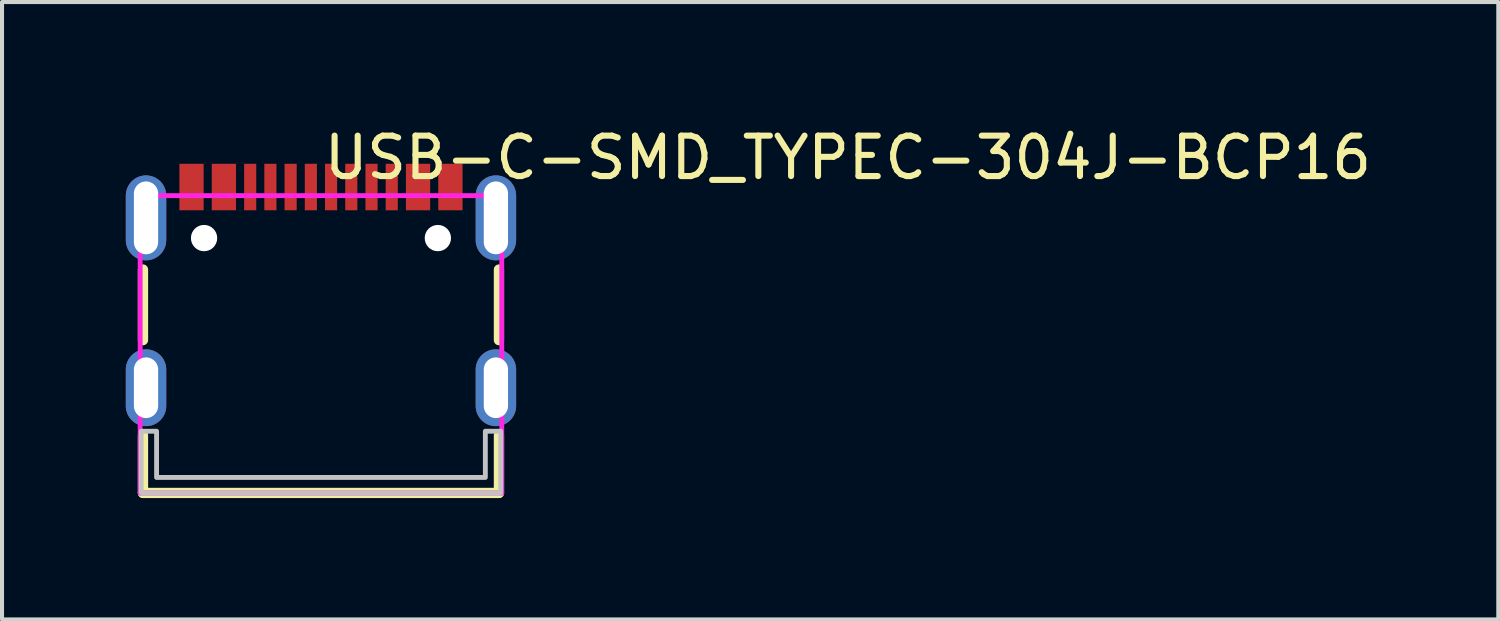
<source format=kicad_pcb>
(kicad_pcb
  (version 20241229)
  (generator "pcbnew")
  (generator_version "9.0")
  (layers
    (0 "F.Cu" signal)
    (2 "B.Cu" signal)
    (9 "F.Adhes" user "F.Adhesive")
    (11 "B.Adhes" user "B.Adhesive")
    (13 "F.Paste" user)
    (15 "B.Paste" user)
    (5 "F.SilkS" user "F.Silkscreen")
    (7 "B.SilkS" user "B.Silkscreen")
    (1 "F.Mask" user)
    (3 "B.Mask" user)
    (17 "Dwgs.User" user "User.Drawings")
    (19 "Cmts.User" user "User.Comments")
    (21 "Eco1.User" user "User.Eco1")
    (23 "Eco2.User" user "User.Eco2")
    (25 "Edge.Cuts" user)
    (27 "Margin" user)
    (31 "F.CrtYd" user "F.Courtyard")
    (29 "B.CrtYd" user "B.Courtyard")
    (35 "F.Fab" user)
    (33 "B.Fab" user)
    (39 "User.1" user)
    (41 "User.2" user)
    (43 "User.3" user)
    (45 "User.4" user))
  (footprint "USB-C-SMD_TYPEC-304J-BCP16"
    (layer "F.Cu")
    (at 4.885 4.055)
    (property "Reference" "USB-C-SMD_TYPEC-304J-BCP16" (at 0 -3.207 0) (layer "F.SilkS") (effects (font (size 1 1) (thickness 0.15)) (justify left)))
    (attr through_hole)
    (fp_line (start -4.4 1.304) (end -4.4 -0.441) (stroke (width 0.254) (type solid)) (layer "F.SilkS"))
    (fp_line (start -4.4 5.081) (end -4.4 3.659) (stroke (width 0.254) (type solid)) (layer "F.SilkS"))
    (fp_line (start -4.4 5.081) (end 4.4 5.081) (stroke (width 0.254) (type solid)) (layer "F.SilkS"))
    (fp_line (start 4.4 1.304) (end 4.4 -0.441) (stroke (width 0.254) (type solid)) (layer "F.SilkS"))
    (fp_line (start 4.4 5.081) (end 4.4 3.659) (stroke (width 0.254) (type solid)) (layer "F.SilkS"))
    (fp_poly (pts (xy -3.5 -3.056) (xy -2.9 -3.056) (xy -2.9 -1.906) (xy -3.5 -1.906)) (stroke (width 0.12) (type solid)) (fill yes) (layer "F.Paste"))
    (fp_poly (pts (xy -2.7 -3.056) (xy -2.1 -3.056) (xy -2.1 -1.906) (xy -2.7 -1.906)) (stroke (width 0.12) (type solid)) (fill yes) (layer "F.Paste"))
    (fp_poly (pts (xy -1.9 -3.056) (xy -1.6 -3.056) (xy -1.6 -1.906) (xy -1.9 -1.906)) (stroke (width 0.12) (type solid)) (fill yes) (layer "F.Paste"))
    (fp_poly (pts (xy -1.4 -3.056) (xy -1.1 -3.056) (xy -1.1 -1.906) (xy -1.4 -1.906)) (stroke (width 0.12) (type solid)) (fill yes) (layer "F.Paste"))
    (fp_poly (pts (xy -0.9 -3.056) (xy -0.6 -3.056) (xy -0.6 -1.906) (xy -0.9 -1.906)) (stroke (width 0.12) (type solid)) (fill yes) (layer "F.Paste"))
    (fp_poly (pts (xy -0.4 -3.056) (xy -0.1 -3.056) (xy -0.1 -1.906) (xy -0.4 -1.906)) (stroke (width 0.12) (type solid)) (fill yes) (layer "F.Paste"))
    (fp_poly (pts (xy 0.1 -3.056) (xy 0.4 -3.056) (xy 0.4 -1.906) (xy 0.1 -1.906)) (stroke (width 0.12) (type solid)) (fill yes) (layer "F.Paste"))
    (fp_poly (pts (xy 0.6 -3.056) (xy 0.9 -3.056) (xy 0.9 -1.906) (xy 0.6 -1.906)) (stroke (width 0.12) (type solid)) (fill yes) (layer "F.Paste"))
    (fp_poly (pts (xy 1.1 -3.056) (xy 1.4 -3.056) (xy 1.4 -1.906) (xy 1.1 -1.906)) (stroke (width 0.12) (type solid)) (fill yes) (layer "F.Paste"))
    (fp_poly (pts (xy 1.6 -3.056) (xy 1.9 -3.056) (xy 1.9 -1.906) (xy 1.6 -1.906)) (stroke (width 0.12) (type solid)) (fill yes) (layer "F.Paste"))
    (fp_poly (pts (xy 2.1 -3.056) (xy 2.7 -3.056) (xy 2.7 -1.906) (xy 2.1 -1.906)) (stroke (width 0.12) (type solid)) (fill yes) (layer "F.Paste"))
    (fp_poly (pts (xy 2.9 -3.056) (xy 3.5 -3.056) (xy 3.5 -1.906) (xy 2.9 -1.906)) (stroke (width 0.12) (type solid)) (fill yes) (layer "F.Paste"))
    (fp_poly (pts (xy -4.825 -2.269) (xy -4.815 -2.366) (xy -4.787 -2.46) (xy -4.741 -2.546) (xy -4.679 -2.622) (xy -4.603 -2.684) (xy -4.516 -2.731) (xy -4.423 -2.759) (xy -4.325 -2.769) (xy -4.227 -2.759) (xy -4.134 -2.731) (xy -4.047 -2.684) (xy -3.971 -2.622) (xy -3.909 -2.546) (xy -3.863 -2.46) (xy -3.835 -2.366) (xy -3.825 -2.269) (xy -3.825 -1.169) (xy -3.835 -1.071) (xy -3.863 -0.977) (xy -3.909 -0.891) (xy -3.971 -0.815) (xy -4.047 -0.753) (xy -4.134 -0.707) (xy -4.227 -0.678) (xy -4.325 -0.669) (xy -4.423 -0.678) (xy -4.516 -0.707) (xy -4.603 -0.753) (xy -4.679 -0.815) (xy -4.741 -0.891) (xy -4.787 -0.977) (xy -4.815 -1.071) (xy -4.825 -1.169)) (stroke (width 0.12) (type solid)) (fill yes) (layer "F.Paste"))
    (fp_poly (pts (xy -4.825 2.031) (xy -4.815 1.934) (xy -4.787 1.84) (xy -4.741 1.754) (xy -4.679 1.678) (xy -4.603 1.616) (xy -4.516 1.569) (xy -4.423 1.541) (xy -4.325 1.531) (xy -4.227 1.541) (xy -4.134 1.569) (xy -4.047 1.616) (xy -3.971 1.678) (xy -3.909 1.754) (xy -3.863 1.84) (xy -3.835 1.934) (xy -3.825 2.031) (xy -3.825 2.931) (xy -3.835 3.029) (xy -3.863 3.123) (xy -3.909 3.209) (xy -3.971 3.285) (xy -4.047 3.347) (xy -4.134 3.393) (xy -4.227 3.422) (xy -4.325 3.431) (xy -4.423 3.422) (xy -4.516 3.393) (xy -4.603 3.347) (xy -4.679 3.285) (xy -4.741 3.209) (xy -4.787 3.123) (xy -4.815 3.029) (xy -4.825 2.931)) (stroke (width 0.12) (type solid)) (fill yes) (layer "F.Paste"))
    (fp_poly (pts (xy 3.825 -2.269) (xy 3.835 -2.366) (xy 3.863 -2.46) (xy 3.909 -2.546) (xy 3.971 -2.622) (xy 4.047 -2.684) (xy 4.134 -2.731) (xy 4.227 -2.759) (xy 4.325 -2.769) (xy 4.423 -2.759) (xy 4.516 -2.731) (xy 4.603 -2.684) (xy 4.679 -2.622) (xy 4.741 -2.546) (xy 4.787 -2.46) (xy 4.815 -2.366) (xy 4.825 -2.269) (xy 4.825 -1.169) (xy 4.815 -1.071) (xy 4.787 -0.977) (xy 4.741 -0.891) (xy 4.679 -0.815) (xy 4.603 -0.753) (xy 4.516 -0.707) (xy 4.423 -0.678) (xy 4.325 -0.669) (xy 4.227 -0.678) (xy 4.134 -0.707) (xy 4.047 -0.753) (xy 3.971 -0.815) (xy 3.909 -0.891) (xy 3.863 -0.977) (xy 3.835 -1.071) (xy 3.825 -1.169)) (stroke (width 0.12) (type solid)) (fill yes) (layer "F.Paste"))
    (fp_poly (pts (xy 3.825 2.031) (xy 3.835 1.934) (xy 3.863 1.84) (xy 3.909 1.754) (xy 3.971 1.678) (xy 4.047 1.616) (xy 4.134 1.569) (xy 4.227 1.541) (xy 4.325 1.531) (xy 4.423 1.541) (xy 4.516 1.569) (xy 4.603 1.616) (xy 4.679 1.678) (xy 4.741 1.754) (xy 4.787 1.84) (xy 4.815 1.934) (xy 4.825 2.031) (xy 4.825 2.931) (xy 4.815 3.029) (xy 4.787 3.123) (xy 4.741 3.209) (xy 4.679 3.285) (xy 4.603 3.347) (xy 4.516 3.393) (xy 4.423 3.422) (xy 4.325 3.431) (xy 4.227 3.422) (xy 4.134 3.393) (xy 4.047 3.347) (xy 3.971 3.285) (xy 3.909 3.209) (xy 3.863 3.123) (xy 3.835 3.029) (xy 3.825 2.931)) (stroke (width 0.12) (type solid)) (fill yes) (layer "F.Paste"))
    (fp_circle (center -2.89 -1.219) (end -2.74 -1.219) (stroke (width 0.3) (type solid)) (fill no) (layer "Dwgs.User"))
    (fp_circle (center 2.89 -1.219) (end 3.04 -1.219) (stroke (width 0.3) (type solid)) (fill no) (layer "Dwgs.User"))
    (fp_poly (pts (xy -4.445 3.556) (xy -4.445 5.08) (xy 4.445 5.08) (xy 4.445 3.556) (xy 4.064 3.556) (xy 4.064 4.699) (xy -4.064 4.699) (xy -4.064 3.556)) (stroke (width 0.12) (type solid)) (fill no) (layer "Dwgs.User"))
    (fp_circle (center -4.475 -2.769) (end -4.445 -2.769) (stroke (width 0.06) (type solid)) (fill no) (layer "Eco2.User"))
    (fp_poly (pts (xy -4.475 -2.269) (xy -4.175 -2.269) (xy -4.175 -1.169) (xy -4.475 -1.169)) (stroke (width 0.12) (type solid)) (fill no) (layer "Eco2.User"))
    (fp_poly (pts (xy -4.475 2.081) (xy -4.175 2.081) (xy -4.175 2.881) (xy -4.475 2.881)) (stroke (width 0.12) (type solid)) (fill no) (layer "Eco2.User"))
    (fp_poly (pts (xy -3.4 -2.769) (xy -3 -2.769) (xy -3 -2.169) (xy -3.4 -2.169)) (stroke (width 0.12) (type solid)) (fill no) (layer "Eco2.User"))
    (fp_poly (pts (xy -2.6 -2.769) (xy -2.2 -2.769) (xy -2.2 -2.169) (xy -2.6 -2.169)) (stroke (width 0.12) (type solid)) (fill no) (layer "Eco2.User"))
    (fp_poly (pts (xy -1.85 -2.769) (xy -1.65 -2.769) (xy -1.65 -2.169) (xy -1.85 -2.169)) (stroke (width 0.12) (type solid)) (fill no) (layer "Eco2.User"))
    (fp_poly (pts (xy -1.35 -2.769) (xy -1.15 -2.769) (xy -1.15 -2.169) (xy -1.35 -2.169)) (stroke (width 0.12) (type solid)) (fill no) (layer "Eco2.User"))
    (fp_poly (pts (xy -0.85 -2.769) (xy -0.65 -2.769) (xy -0.65 -2.169) (xy -0.85 -2.169)) (stroke (width 0.12) (type solid)) (fill no) (layer "Eco2.User"))
    (fp_poly (pts (xy -0.35 -2.769) (xy -0.15 -2.769) (xy -0.15 -2.169) (xy -0.35 -2.169)) (stroke (width 0.12) (type solid)) (fill no) (layer "Eco2.User"))
    (fp_poly (pts (xy 0.15 -2.769) (xy 0.35 -2.769) (xy 0.35 -2.169) (xy 0.15 -2.169)) (stroke (width 0.12) (type solid)) (fill no) (layer "Eco2.User"))
    (fp_poly (pts (xy 0.65 -2.769) (xy 0.85 -2.769) (xy 0.85 -2.169) (xy 0.65 -2.169)) (stroke (width 0.12) (type solid)) (fill no) (layer "Eco2.User"))
    (fp_poly (pts (xy 1.15 -2.769) (xy 1.35 -2.769) (xy 1.35 -2.169) (xy 1.15 -2.169)) (stroke (width 0.12) (type solid)) (fill no) (layer "Eco2.User"))
    (fp_poly (pts (xy 1.65 -2.769) (xy 1.85 -2.769) (xy 1.85 -2.169) (xy 1.65 -2.169)) (stroke (width 0.12) (type solid)) (fill no) (layer "Eco2.User"))
    (fp_poly (pts (xy 2.2 -2.769) (xy 2.6 -2.769) (xy 2.6 -2.169) (xy 2.2 -2.169)) (stroke (width 0.12) (type solid)) (fill no) (layer "Eco2.User"))
    (fp_poly (pts (xy 3 -2.769) (xy 3.4 -2.769) (xy 3.4 -2.169) (xy 3 -2.169)) (stroke (width 0.12) (type solid)) (fill no) (layer "Eco2.User"))
    (fp_poly (pts (xy 4.175 -2.269) (xy 4.475 -2.269) (xy 4.475 -1.169) (xy 4.175 -1.169)) (stroke (width 0.12) (type solid)) (fill no) (layer "Eco2.User"))
    (fp_poly (pts (xy 4.175 2.081) (xy 4.475 2.081) (xy 4.475 2.881) (xy 4.175 2.881)) (stroke (width 0.12) (type solid)) (fill no) (layer "Eco2.User"))
    (fp_line (start -4.47 -2.269) (end 4.47 -2.269) (stroke (width 0.12) (type solid)) (layer "F.CrtYd"))
    (fp_line (start -4.47 5.082) (end -4.47 -2.269) (stroke (width 0.12) (type solid)) (layer "F.CrtYd"))
    (fp_line (start 4.47 -2.269) (end 4.47 5.082) (stroke (width 0.12) (type solid)) (layer "F.CrtYd"))
    (fp_line (start 4.47 5.082) (end -4.47 5.082) (stroke (width 0.12) (type solid)) (layer "F.CrtYd"))
    (pad "" np_thru_hole circle (at -2.89 -1.219) (size 0.65 0.65) (drill 0.65) (layers "*.Cu" "*.Mask"))
    (pad "" np_thru_hole circle (at 2.89 -1.219) (size 0.65 0.65) (drill 0.65) (layers "*.Cu" "*.Mask"))
    (pad "13" thru_hole oval (at -4.325 -1.719) (size 1 2.1) (drill oval 0.6 1.8) (layers "*.Cu" "*.Mask"))
    (pad "14" thru_hole oval (at 4.325 -1.719) (size 1 2.1) (drill oval 0.6 1.8) (layers "*.Cu" "*.Mask"))
    (pad "15" thru_hole oval (at -4.325 2.481) (size 1 1.9) (drill oval 0.6 1.5) (layers "*.Cu" "*.Mask"))
    (pad "16" thru_hole oval (at 4.325 2.481) (size 1 1.9) (drill oval 0.6 1.5) (layers "*.Cu" "*.Mask"))
    (pad "A1B12" smd rect (at -3.2 -2.481) (size 0.6 1.15) (layers "F.Cu" "F.Mask" "F.Paste"))
    (pad "A4B9" smd rect (at -2.4 -2.481) (size 0.6 1.15) (layers "F.Cu" "F.Mask" "F.Paste"))
    (pad "A5" smd rect (at -1.25 -2.481) (size 0.3 1.15) (layers "F.Cu" "F.Mask" "F.Paste"))
    (pad "A6" smd rect (at -0.25 -2.481) (size 0.3 1.15) (layers "F.Cu" "F.Mask" "F.Paste"))
    (pad "A7" smd rect (at 0.25 -2.481) (size 0.3 1.15) (layers "F.Cu" "F.Mask" "F.Paste"))
    (pad "A8" smd rect (at 1.25 -2.481) (size 0.3 1.15) (layers "F.Cu" "F.Mask" "F.Paste"))
    (pad "B1A12" smd rect (at 3.2 -2.481) (size 0.6 1.15) (layers "F.Cu" "F.Mask" "F.Paste"))
    (pad "B4A9" smd rect (at 2.4 -2.481) (size 0.6 1.15) (layers "F.Cu" "F.Mask" "F.Paste"))
    (pad "B5" smd rect (at 1.75 -2.481) (size 0.3 1.15) (layers "F.Cu" "F.Mask" "F.Paste"))
    (pad "B6" smd rect (at 0.75 -2.481) (size 0.3 1.15) (layers "F.Cu" "F.Mask" "F.Paste"))
    (pad "B7" smd rect (at -0.75 -2.481) (size 0.3 1.15) (layers "F.Cu" "F.Mask" "F.Paste"))
    (pad "B8" smd rect (at -1.75 -2.481) (size 0.3 1.15) (layers "F.Cu" "F.Mask" "F.Paste")))
  (gr_rect
    (start -3 -3)
    (end 33.992 12.263)
    (stroke (width 0.1) (type default))
    (fill no)
    (layer "Edge.Cuts")))
</source>
